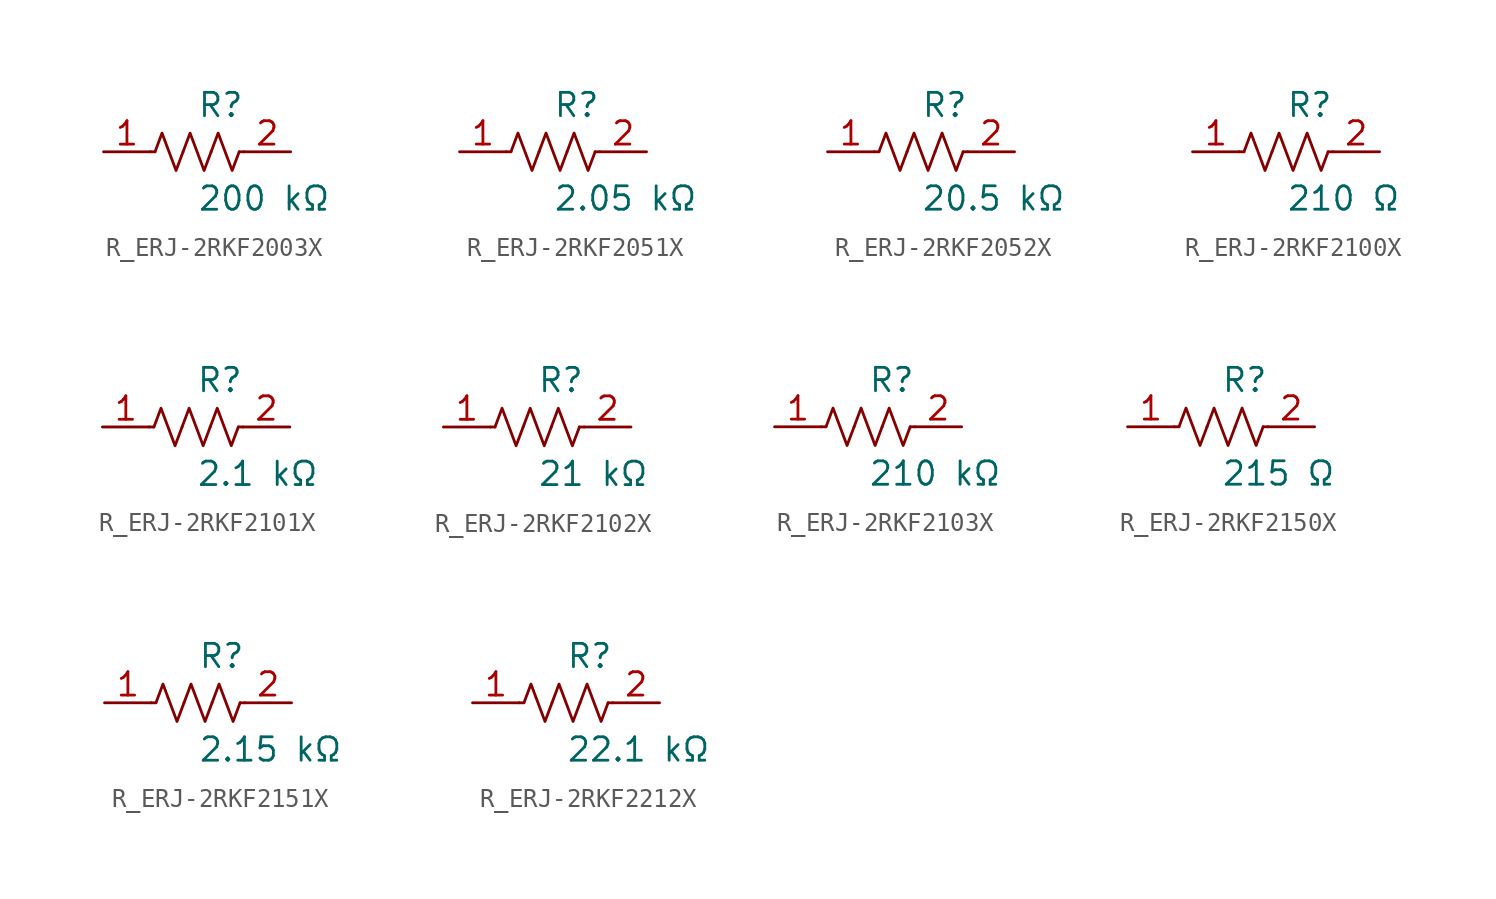
<source format=kicad_sym>
(kicad_symbol_lib
  (version 20231120)
  (generator kicad_symbol_editor)
  (generator_version 8.0)
  (symbol "R_ERJ-2RKF2003X"
    (pin_names
      (offset 0.254))
    (property "Reference" "R"
      (at 0.0 2.54 0)
      (effects (font (size 1.27 1.27)) (justify left)))
    (property "Value" "200 kΩ"
      (at 0.0 -2.54 0)
      (effects (font (size 1.27 1.27)) (justify left)))
    (symbol "R_ERJ-2RKF2003X_0_1"
      (polyline (pts (xy 2.286 0) (xy 2.54 0)) (stroke (width 0) (type default)) (fill (type none)))
      (polyline (pts (xy -2.286 0) (xy -2.54 0)) (stroke (width 0) (type default)) (fill (type none)))
      (polyline (pts (xy 0.762 0) (xy 1.143 1.016) (xy 1.524 0) (xy 1.905 -1.016) (xy 2.286 0)) (stroke (width 0) (type default)) (fill (type none)))
      (polyline (pts (xy -0.762 0) (xy -0.381 1.016) (xy 0 0) (xy 0.381 -1.016) (xy 0.762 0)) (stroke (width 0) (type default)) (fill (type none)))
      (polyline (pts (xy -2.286 0) (xy -1.905 1.016) (xy -1.524 0) (xy -1.143 -1.016) (xy -0.762 0)) (stroke (width 0) (type default)) (fill (type none))))
    (pin unspecified line
      (at -5.08 0 0)
      (length 2.54)
      (name "" (effects (font (size 1.27 1.27))))
      (number "1" (effects (font (size 1.27 1.27)))))
    (pin unspecified line
      (at 5.08 0 180)
      (length 2.54)
      (name "" (effects (font (size 1.27 1.27))))
      (number "2" (effects (font (size 1.27 1.27))))))
  (symbol "R_ERJ-2RKF2051X"
    (pin_names
      (offset 0.254))
    (property "Reference" "R"
      (at 0.0 2.54 0)
      (effects (font (size 1.27 1.27)) (justify left)))
    (property "Value" "2.05 kΩ"
      (at 0.0 -2.54 0)
      (effects (font (size 1.27 1.27)) (justify left)))
    (symbol "R_ERJ-2RKF2051X_0_1"
      (polyline (pts (xy 2.286 0) (xy 2.54 0)) (stroke (width 0) (type default)) (fill (type none)))
      (polyline (pts (xy -2.286 0) (xy -2.54 0)) (stroke (width 0) (type default)) (fill (type none)))
      (polyline (pts (xy 0.762 0) (xy 1.143 1.016) (xy 1.524 0) (xy 1.905 -1.016) (xy 2.286 0)) (stroke (width 0) (type default)) (fill (type none)))
      (polyline (pts (xy -0.762 0) (xy -0.381 1.016) (xy 0 0) (xy 0.381 -1.016) (xy 0.762 0)) (stroke (width 0) (type default)) (fill (type none)))
      (polyline (pts (xy -2.286 0) (xy -1.905 1.016) (xy -1.524 0) (xy -1.143 -1.016) (xy -0.762 0)) (stroke (width 0) (type default)) (fill (type none))))
    (pin unspecified line
      (at -5.08 0 0)
      (length 2.54)
      (name "" (effects (font (size 1.27 1.27))))
      (number "1" (effects (font (size 1.27 1.27)))))
    (pin unspecified line
      (at 5.08 0 180)
      (length 2.54)
      (name "" (effects (font (size 1.27 1.27))))
      (number "2" (effects (font (size 1.27 1.27))))))
  (symbol "R_ERJ-2RKF2052X"
    (pin_names
      (offset 0.254))
    (property "Reference" "R"
      (at 0.0 2.54 0)
      (effects (font (size 1.27 1.27)) (justify left)))
    (property "Value" "20.5 kΩ"
      (at 0.0 -2.54 0)
      (effects (font (size 1.27 1.27)) (justify left)))
    (symbol "R_ERJ-2RKF2052X_0_1"
      (polyline (pts (xy 2.286 0) (xy 2.54 0)) (stroke (width 0) (type default)) (fill (type none)))
      (polyline (pts (xy -2.286 0) (xy -2.54 0)) (stroke (width 0) (type default)) (fill (type none)))
      (polyline (pts (xy 0.762 0) (xy 1.143 1.016) (xy 1.524 0) (xy 1.905 -1.016) (xy 2.286 0)) (stroke (width 0) (type default)) (fill (type none)))
      (polyline (pts (xy -0.762 0) (xy -0.381 1.016) (xy 0 0) (xy 0.381 -1.016) (xy 0.762 0)) (stroke (width 0) (type default)) (fill (type none)))
      (polyline (pts (xy -2.286 0) (xy -1.905 1.016) (xy -1.524 0) (xy -1.143 -1.016) (xy -0.762 0)) (stroke (width 0) (type default)) (fill (type none))))
    (pin unspecified line
      (at -5.08 0 0)
      (length 2.54)
      (name "" (effects (font (size 1.27 1.27))))
      (number "1" (effects (font (size 1.27 1.27)))))
    (pin unspecified line
      (at 5.08 0 180)
      (length 2.54)
      (name "" (effects (font (size 1.27 1.27))))
      (number "2" (effects (font (size 1.27 1.27))))))
  (symbol "R_ERJ-2RKF2100X"
    (pin_names
      (offset 0.254))
    (property "Reference" "R"
      (at 0.0 2.54 0)
      (effects (font (size 1.27 1.27)) (justify left)))
    (property "Value" "210 Ω"
      (at 0.0 -2.54 0)
      (effects (font (size 1.27 1.27)) (justify left)))
    (symbol "R_ERJ-2RKF2100X_0_1"
      (polyline (pts (xy 2.286 0) (xy 2.54 0)) (stroke (width 0) (type default)) (fill (type none)))
      (polyline (pts (xy -2.286 0) (xy -2.54 0)) (stroke (width 0) (type default)) (fill (type none)))
      (polyline (pts (xy 0.762 0) (xy 1.143 1.016) (xy 1.524 0) (xy 1.905 -1.016) (xy 2.286 0)) (stroke (width 0) (type default)) (fill (type none)))
      (polyline (pts (xy -0.762 0) (xy -0.381 1.016) (xy 0 0) (xy 0.381 -1.016) (xy 0.762 0)) (stroke (width 0) (type default)) (fill (type none)))
      (polyline (pts (xy -2.286 0) (xy -1.905 1.016) (xy -1.524 0) (xy -1.143 -1.016) (xy -0.762 0)) (stroke (width 0) (type default)) (fill (type none))))
    (pin unspecified line
      (at -5.08 0 0)
      (length 2.54)
      (name "" (effects (font (size 1.27 1.27))))
      (number "1" (effects (font (size 1.27 1.27)))))
    (pin unspecified line
      (at 5.08 0 180)
      (length 2.54)
      (name "" (effects (font (size 1.27 1.27))))
      (number "2" (effects (font (size 1.27 1.27))))))
  (symbol "R_ERJ-2RKF2101X"
    (pin_names
      (offset 0.254))
    (property "Reference" "R"
      (at 0.0 2.54 0)
      (effects (font (size 1.27 1.27)) (justify left)))
    (property "Value" "2.1 kΩ"
      (at 0.0 -2.54 0)
      (effects (font (size 1.27 1.27)) (justify left)))
    (symbol "R_ERJ-2RKF2101X_0_1"
      (polyline (pts (xy 2.286 0) (xy 2.54 0)) (stroke (width 0) (type default)) (fill (type none)))
      (polyline (pts (xy -2.286 0) (xy -2.54 0)) (stroke (width 0) (type default)) (fill (type none)))
      (polyline (pts (xy 0.762 0) (xy 1.143 1.016) (xy 1.524 0) (xy 1.905 -1.016) (xy 2.286 0)) (stroke (width 0) (type default)) (fill (type none)))
      (polyline (pts (xy -0.762 0) (xy -0.381 1.016) (xy 0 0) (xy 0.381 -1.016) (xy 0.762 0)) (stroke (width 0) (type default)) (fill (type none)))
      (polyline (pts (xy -2.286 0) (xy -1.905 1.016) (xy -1.524 0) (xy -1.143 -1.016) (xy -0.762 0)) (stroke (width 0) (type default)) (fill (type none))))
    (pin unspecified line
      (at -5.08 0 0)
      (length 2.54)
      (name "" (effects (font (size 1.27 1.27))))
      (number "1" (effects (font (size 1.27 1.27)))))
    (pin unspecified line
      (at 5.08 0 180)
      (length 2.54)
      (name "" (effects (font (size 1.27 1.27))))
      (number "2" (effects (font (size 1.27 1.27))))))
  (symbol "R_ERJ-2RKF2102X"
    (pin_names
      (offset 0.254))
    (property "Reference" "R"
      (at 0.0 2.54 0)
      (effects (font (size 1.27 1.27)) (justify left)))
    (property "Value" "21 kΩ"
      (at 0.0 -2.54 0)
      (effects (font (size 1.27 1.27)) (justify left)))
    (symbol "R_ERJ-2RKF2102X_0_1"
      (polyline (pts (xy 2.286 0) (xy 2.54 0)) (stroke (width 0) (type default)) (fill (type none)))
      (polyline (pts (xy -2.286 0) (xy -2.54 0)) (stroke (width 0) (type default)) (fill (type none)))
      (polyline (pts (xy 0.762 0) (xy 1.143 1.016) (xy 1.524 0) (xy 1.905 -1.016) (xy 2.286 0)) (stroke (width 0) (type default)) (fill (type none)))
      (polyline (pts (xy -0.762 0) (xy -0.381 1.016) (xy 0 0) (xy 0.381 -1.016) (xy 0.762 0)) (stroke (width 0) (type default)) (fill (type none)))
      (polyline (pts (xy -2.286 0) (xy -1.905 1.016) (xy -1.524 0) (xy -1.143 -1.016) (xy -0.762 0)) (stroke (width 0) (type default)) (fill (type none))))
    (pin unspecified line
      (at -5.08 0 0)
      (length 2.54)
      (name "" (effects (font (size 1.27 1.27))))
      (number "1" (effects (font (size 1.27 1.27)))))
    (pin unspecified line
      (at 5.08 0 180)
      (length 2.54)
      (name "" (effects (font (size 1.27 1.27))))
      (number "2" (effects (font (size 1.27 1.27))))))
  (symbol "R_ERJ-2RKF2103X"
    (pin_names
      (offset 0.254))
    (property "Reference" "R"
      (at 0.0 2.54 0)
      (effects (font (size 1.27 1.27)) (justify left)))
    (property "Value" "210 kΩ"
      (at 0.0 -2.54 0)
      (effects (font (size 1.27 1.27)) (justify left)))
    (symbol "R_ERJ-2RKF2103X_0_1"
      (polyline (pts (xy 2.286 0) (xy 2.54 0)) (stroke (width 0) (type default)) (fill (type none)))
      (polyline (pts (xy -2.286 0) (xy -2.54 0)) (stroke (width 0) (type default)) (fill (type none)))
      (polyline (pts (xy 0.762 0) (xy 1.143 1.016) (xy 1.524 0) (xy 1.905 -1.016) (xy 2.286 0)) (stroke (width 0) (type default)) (fill (type none)))
      (polyline (pts (xy -0.762 0) (xy -0.381 1.016) (xy 0 0) (xy 0.381 -1.016) (xy 0.762 0)) (stroke (width 0) (type default)) (fill (type none)))
      (polyline (pts (xy -2.286 0) (xy -1.905 1.016) (xy -1.524 0) (xy -1.143 -1.016) (xy -0.762 0)) (stroke (width 0) (type default)) (fill (type none))))
    (pin unspecified line
      (at -5.08 0 0)
      (length 2.54)
      (name "" (effects (font (size 1.27 1.27))))
      (number "1" (effects (font (size 1.27 1.27)))))
    (pin unspecified line
      (at 5.08 0 180)
      (length 2.54)
      (name "" (effects (font (size 1.27 1.27))))
      (number "2" (effects (font (size 1.27 1.27))))))
  (symbol "R_ERJ-2RKF2150X"
    (pin_names
      (offset 0.254))
    (property "Reference" "R"
      (at 0.0 2.54 0)
      (effects (font (size 1.27 1.27)) (justify left)))
    (property "Value" "215 Ω"
      (at 0.0 -2.54 0)
      (effects (font (size 1.27 1.27)) (justify left)))
    (symbol "R_ERJ-2RKF2150X_0_1"
      (polyline (pts (xy 2.286 0) (xy 2.54 0)) (stroke (width 0) (type default)) (fill (type none)))
      (polyline (pts (xy -2.286 0) (xy -2.54 0)) (stroke (width 0) (type default)) (fill (type none)))
      (polyline (pts (xy 0.762 0) (xy 1.143 1.016) (xy 1.524 0) (xy 1.905 -1.016) (xy 2.286 0)) (stroke (width 0) (type default)) (fill (type none)))
      (polyline (pts (xy -0.762 0) (xy -0.381 1.016) (xy 0 0) (xy 0.381 -1.016) (xy 0.762 0)) (stroke (width 0) (type default)) (fill (type none)))
      (polyline (pts (xy -2.286 0) (xy -1.905 1.016) (xy -1.524 0) (xy -1.143 -1.016) (xy -0.762 0)) (stroke (width 0) (type default)) (fill (type none))))
    (pin unspecified line
      (at -5.08 0 0)
      (length 2.54)
      (name "" (effects (font (size 1.27 1.27))))
      (number "1" (effects (font (size 1.27 1.27)))))
    (pin unspecified line
      (at 5.08 0 180)
      (length 2.54)
      (name "" (effects (font (size 1.27 1.27))))
      (number "2" (effects (font (size 1.27 1.27))))))
  (symbol "R_ERJ-2RKF2151X"
    (pin_names
      (offset 0.254))
    (property "Reference" "R"
      (at 0.0 2.54 0)
      (effects (font (size 1.27 1.27)) (justify left)))
    (property "Value" "2.15 kΩ"
      (at 0.0 -2.54 0)
      (effects (font (size 1.27 1.27)) (justify left)))
    (symbol "R_ERJ-2RKF2151X_0_1"
      (polyline (pts (xy 2.286 0) (xy 2.54 0)) (stroke (width 0) (type default)) (fill (type none)))
      (polyline (pts (xy -2.286 0) (xy -2.54 0)) (stroke (width 0) (type default)) (fill (type none)))
      (polyline (pts (xy 0.762 0) (xy 1.143 1.016) (xy 1.524 0) (xy 1.905 -1.016) (xy 2.286 0)) (stroke (width 0) (type default)) (fill (type none)))
      (polyline (pts (xy -0.762 0) (xy -0.381 1.016) (xy 0 0) (xy 0.381 -1.016) (xy 0.762 0)) (stroke (width 0) (type default)) (fill (type none)))
      (polyline (pts (xy -2.286 0) (xy -1.905 1.016) (xy -1.524 0) (xy -1.143 -1.016) (xy -0.762 0)) (stroke (width 0) (type default)) (fill (type none))))
    (pin unspecified line
      (at -5.08 0 0)
      (length 2.54)
      (name "" (effects (font (size 1.27 1.27))))
      (number "1" (effects (font (size 1.27 1.27)))))
    (pin unspecified line
      (at 5.08 0 180)
      (length 2.54)
      (name "" (effects (font (size 1.27 1.27))))
      (number "2" (effects (font (size 1.27 1.27))))))
  (symbol "R_ERJ-2RKF2212X"
    (pin_names
      (offset 0.254))
    (property "Reference" "R"
      (at 0.0 2.54 0)
      (effects (font (size 1.27 1.27)) (justify left)))
    (property "Value" "22.1 kΩ"
      (at 0.0 -2.54 0)
      (effects (font (size 1.27 1.27)) (justify left)))
    (symbol "R_ERJ-2RKF2212X_0_1"
      (polyline (pts (xy 2.286 0) (xy 2.54 0)) (stroke (width 0) (type default)) (fill (type none)))
      (polyline (pts (xy -2.286 0) (xy -2.54 0)) (stroke (width 0) (type default)) (fill (type none)))
      (polyline (pts (xy 0.762 0) (xy 1.143 1.016) (xy 1.524 0) (xy 1.905 -1.016) (xy 2.286 0)) (stroke (width 0) (type default)) (fill (type none)))
      (polyline (pts (xy -0.762 0) (xy -0.381 1.016) (xy 0 0) (xy 0.381 -1.016) (xy 0.762 0)) (stroke (width 0) (type default)) (fill (type none)))
      (polyline (pts (xy -2.286 0) (xy -1.905 1.016) (xy -1.524 0) (xy -1.143 -1.016) (xy -0.762 0)) (stroke (width 0) (type default)) (fill (type none))))
    (pin unspecified line
      (at -5.08 0 0)
      (length 2.54)
      (name "" (effects (font (size 1.27 1.27))))
      (number "1" (effects (font (size 1.27 1.27)))))
    (pin unspecified line
      (at 5.08 0 180)
      (length 2.54)
      (name "" (effects (font (size 1.27 1.27))))
      (number "2" (effects (font (size 1.27 1.27)))))))
</source>
